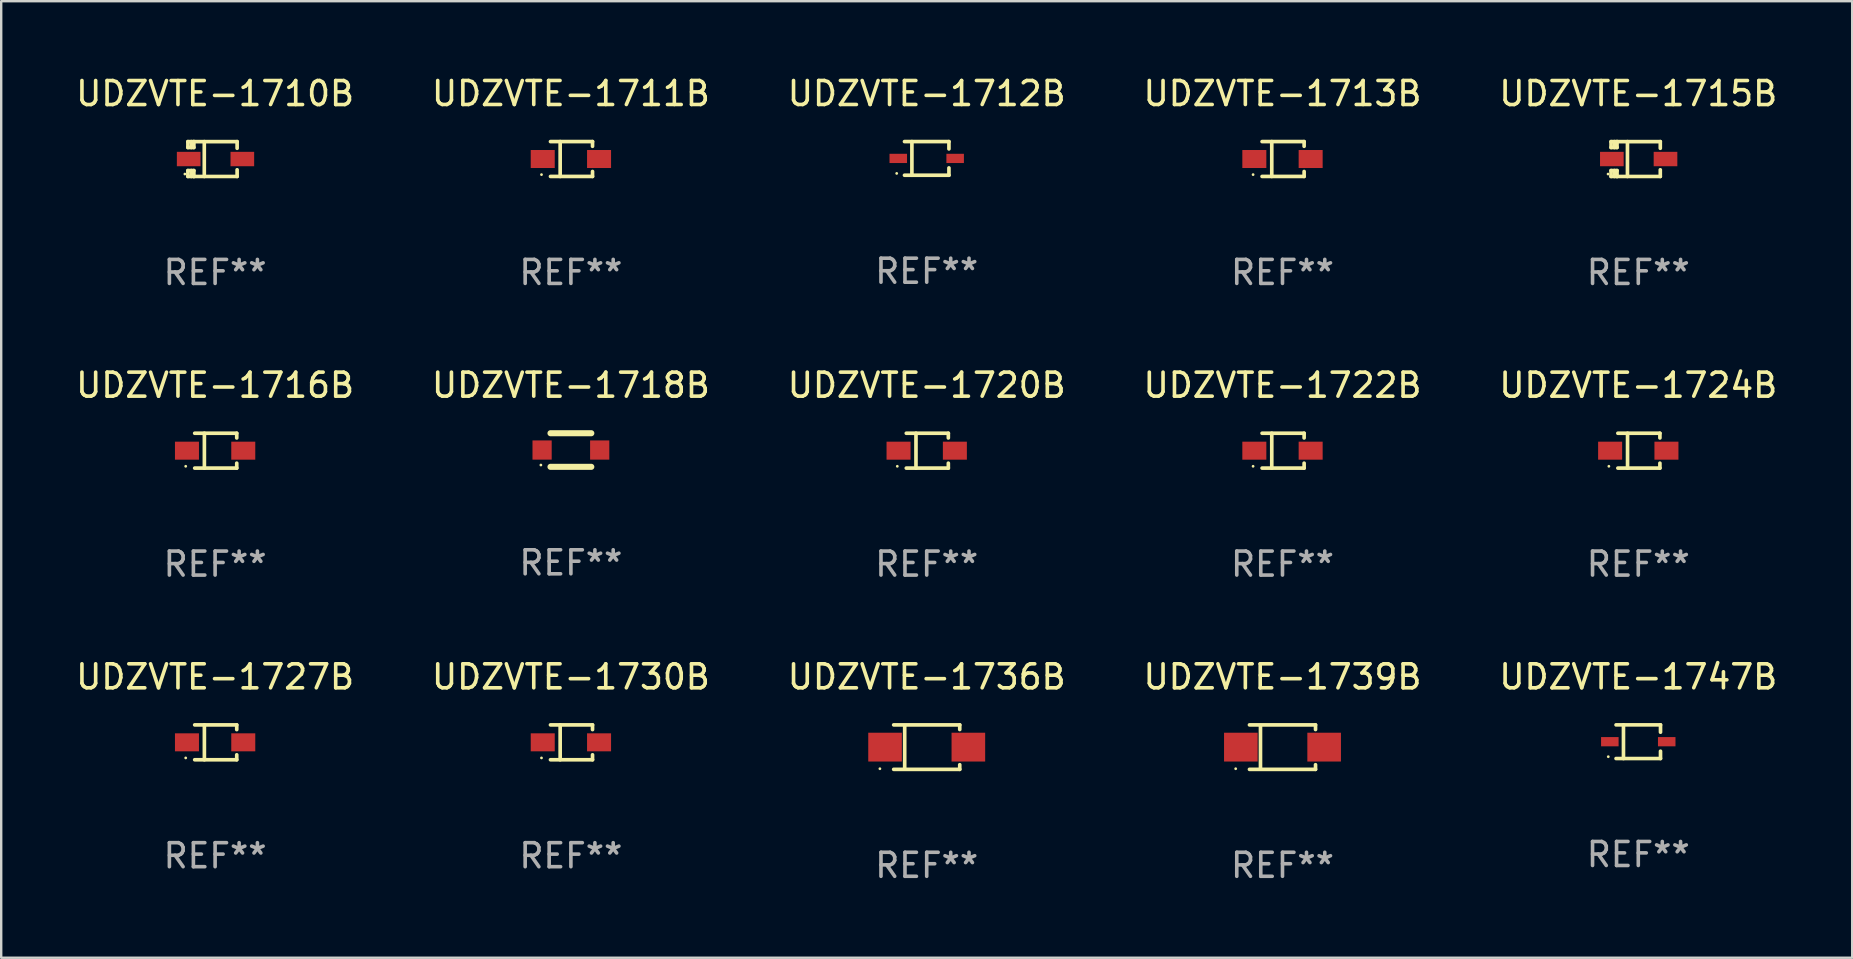
<source format=kicad_pcb>
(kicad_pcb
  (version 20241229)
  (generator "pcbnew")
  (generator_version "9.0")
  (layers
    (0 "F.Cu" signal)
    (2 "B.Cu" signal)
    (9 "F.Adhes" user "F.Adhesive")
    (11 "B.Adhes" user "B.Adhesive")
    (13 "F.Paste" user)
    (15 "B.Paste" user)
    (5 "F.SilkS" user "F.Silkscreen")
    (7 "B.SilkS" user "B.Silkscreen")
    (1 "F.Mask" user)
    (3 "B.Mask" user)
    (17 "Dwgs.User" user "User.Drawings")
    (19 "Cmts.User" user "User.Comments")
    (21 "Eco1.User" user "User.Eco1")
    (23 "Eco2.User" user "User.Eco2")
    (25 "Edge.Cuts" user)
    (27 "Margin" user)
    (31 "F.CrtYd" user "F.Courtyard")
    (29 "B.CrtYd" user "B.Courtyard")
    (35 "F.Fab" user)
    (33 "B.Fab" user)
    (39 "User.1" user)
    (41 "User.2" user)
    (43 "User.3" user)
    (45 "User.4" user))
  (footprint "UDZVTE-1715B"
    (layer "F.Cu")
    (at 65.196 3.575)
    (property "Reference" "UDZVTE-1715B" (at 0 -2.726 0) (layer "F.SilkS") (effects (font (size 1 1) (thickness 0.15))))
    (attr through_hole)
    (fp_line (start -1.134 0.48) (end -1.134 0.726) (stroke (width 0.152) (type solid)) (layer "F.SilkS"))
    (fp_line (start -1.134 0.726) (end -0.885 0.726) (stroke (width 0.152) (type solid)) (layer "F.SilkS"))
    (fp_line (start -1.134 -0.726) (end -1.134 -0.48) (stroke (width 0.152) (type solid)) (layer "F.SilkS"))
    (fp_line (start -0.992 -0.726) (end -0.992 -0.48) (stroke (width 0.152) (type solid)) (layer "F.SilkS"))
    (fp_line (start -0.992 0.48) (end -0.992 0.726) (stroke (width 0.152) (type solid)) (layer "F.SilkS"))
    (fp_line (start -0.885 -0.726) (end -1.134 -0.726) (stroke (width 0.152) (type solid)) (layer "F.SilkS"))
    (fp_line (start -0.885 -0.48) (end -1.134 -0.48) (stroke (width 0.152) (type solid)) (layer "F.SilkS"))
    (fp_line (start -0.885 -0.48) (end -0.885 -0.726) (stroke (width 0.152) (type solid)) (layer "F.SilkS"))
    (fp_line (start -0.885 0.48) (end -1.134 0.48) (stroke (width 0.152) (type solid)) (layer "F.SilkS"))
    (fp_line (start -0.885 0.48) (end -0.885 0.726) (stroke (width 0.152) (type solid)) (layer "F.SilkS"))
    (fp_line (start -0.451 0.726) (end -0.451 -0.726) (stroke (width 0.152) (type solid)) (layer "F.SilkS"))
    (fp_line (start 0.917 -0.726) (end -0.885 -0.726) (stroke (width 0.152) (type solid)) (layer "F.SilkS"))
    (fp_line (start 0.917 -0.726) (end 0.917 -0.448) (stroke (width 0.152) (type solid)) (layer "F.SilkS"))
    (fp_line (start 0.917 0.726) (end -0.885 0.726) (stroke (width 0.152) (type solid)) (layer "F.SilkS"))
    (fp_line (start 0.917 0.726) (end 0.917 0.448) (stroke (width 0.152) (type solid)) (layer "F.SilkS"))
    (fp_circle (center -1.259 0.625) (end -1.229 0.625) (stroke (width 0.06) (type solid)) (fill no) (layer "F.SilkS"))
    (fp_text user "REF**" (at 0 4.726 0) (layer "F.Fab") (effects (font (size 1 1) (thickness 0.15))))
    (pad "1" smd rect (at -1.101 -0.000114) (size 0.985 0.6) (layers "F.Cu" "F.Mask" "F.Paste"))
    (pad "2" smd rect (at 1.134 -0.000114) (size 0.985 0.6) (layers "F.Cu" "F.Mask" "F.Paste")))
  (footprint "UDZVTE-1716B"
    (layer "F.Cu")
    (at 5.911 15.724)
    (property "Reference" "UDZVTE-1716B" (at 0 -2.726 0) (layer "F.SilkS") (effects (font (size 1 1) (thickness 0.15))))
    (attr through_hole)
    (fp_line (start -0.851 -0.726) (end 0.901 -0.726) (stroke (width 0.152) (type solid)) (layer "F.SilkS"))
    (fp_line (start -0.851 0.726) (end 0.901 0.726) (stroke (width 0.152) (type solid)) (layer "F.SilkS"))
    (fp_line (start -0.447 -0.726) (end -0.447 0.726) (stroke (width 0.152) (type solid)) (layer "F.SilkS"))
    (fp_line (start 0.901 -0.726) (end 0.901 -0.53) (stroke (width 0.152) (type solid)) (layer "F.SilkS"))
    (fp_line (start 0.901 0.726) (end 0.901 0.52) (stroke (width 0.152) (type solid)) (layer "F.SilkS"))
    (fp_circle (center -1.225 0.65) (end -1.195 0.65) (stroke (width 0.06) (type solid)) (fill no) (layer "F.SilkS"))
    (fp_text user "REF**" (at 0 4.726 0) (layer "F.Fab") (effects (font (size 1 1) (thickness 0.15))))
    (pad "1" smd rect (at -1.173 0) (size 1 0.75) (layers "F.Cu" "F.Mask" "F.Paste"))
    (pad "2" smd rect (at 1.173 0) (size 1 0.75) (layers "F.Cu" "F.Mask" "F.Paste")))
  (footprint "UDZVTE-1718B"
    (layer "F.Cu")
    (at 20.732 15.697)
    (property "Reference" "UDZVTE-1718B" (at 0 -2.7 0) (layer "F.SilkS") (effects (font (size 1 1) (thickness 0.15))))
    (attr through_hole)
    (fp_line (start -0.85 -0.7) (end 0.85 -0.7) (stroke (width 0.254) (type solid)) (layer "F.SilkS"))
    (fp_line (start -0.85 0.7) (end 0.85 0.7) (stroke (width 0.254) (type solid)) (layer "F.SilkS"))
    (fp_circle (center -1.25 0.625) (end -1.22 0.625) (stroke (width 0.06) (type solid)) (fill no) (layer "F.SilkS"))
    (fp_text user "REF**" (at 0 4.7 0) (layer "F.Fab") (effects (font (size 1 1) (thickness 0.15))))
    (pad "1" smd rect (at -1.2 0) (size 0.8 0.8) (layers "F.Cu" "F.Mask" "F.Paste"))
    (pad "2" smd rect (at 1.2 0) (size 0.8 0.8) (layers "F.Cu" "F.Mask" "F.Paste")))
  (footprint "UDZVTE-1730B"
    (layer "F.Cu")
    (at 20.732 27.873)
    (property "Reference" "UDZVTE-1730B" (at 0 -2.726 0) (layer "F.SilkS") (effects (font (size 1 1) (thickness 0.15))))
    (attr through_hole)
    (fp_line (start -0.851 -0.726) (end 0.901 -0.726) (stroke (width 0.152) (type solid)) (layer "F.SilkS"))
    (fp_line (start -0.851 0.726) (end 0.901 0.726) (stroke (width 0.152) (type solid)) (layer "F.SilkS"))
    (fp_line (start -0.447 -0.726) (end -0.447 0.726) (stroke (width 0.152) (type solid)) (layer "F.SilkS"))
    (fp_line (start 0.901 -0.726) (end 0.901 -0.53) (stroke (width 0.152) (type solid)) (layer "F.SilkS"))
    (fp_line (start 0.901 0.726) (end 0.901 0.52) (stroke (width 0.152) (type solid)) (layer "F.SilkS"))
    (fp_circle (center -1.225 0.65) (end -1.195 0.65) (stroke (width 0.06) (type solid)) (fill no) (layer "F.SilkS"))
    (fp_text user "REF**" (at 0 4.726 0) (layer "F.Fab") (effects (font (size 1 1) (thickness 0.15))))
    (pad "1" smd rect (at -1.173 0) (size 1 0.75) (layers "F.Cu" "F.Mask" "F.Paste"))
    (pad "2" smd rect (at 1.173 0) (size 1 0.75) (layers "F.Cu" "F.Mask" "F.Paste")))
  (footprint "UDZVTE-1720B"
    (layer "F.Cu")
    (at 35.554 15.724)
    (property "Reference" "UDZVTE-1720B" (at 0 -2.726 0) (layer "F.SilkS") (effects (font (size 1 1) (thickness 0.15))))
    (attr through_hole)
    (fp_line (start -0.851 -0.726) (end 0.901 -0.726) (stroke (width 0.152) (type solid)) (layer "F.SilkS"))
    (fp_line (start -0.851 0.726) (end 0.901 0.726) (stroke (width 0.152) (type solid)) (layer "F.SilkS"))
    (fp_line (start -0.447 -0.726) (end -0.447 0.726) (stroke (width 0.152) (type solid)) (layer "F.SilkS"))
    (fp_line (start 0.901 -0.726) (end 0.901 -0.53) (stroke (width 0.152) (type solid)) (layer "F.SilkS"))
    (fp_line (start 0.901 0.726) (end 0.901 0.52) (stroke (width 0.152) (type solid)) (layer "F.SilkS"))
    (fp_circle (center -1.225 0.65) (end -1.195 0.65) (stroke (width 0.06) (type solid)) (fill no) (layer "F.SilkS"))
    (fp_text user "REF**" (at 0 4.726 0) (layer "F.Fab") (effects (font (size 1 1) (thickness 0.15))))
    (pad "1" smd rect (at -1.173 0) (size 1 0.75) (layers "F.Cu" "F.Mask" "F.Paste"))
    (pad "2" smd rect (at 1.173 0) (size 1 0.75) (layers "F.Cu" "F.Mask" "F.Paste")))
  (footprint "UDZVTE-1710B"
    (layer "F.Cu")
    (at 5.911 3.575)
    (property "Reference" "UDZVTE-1710B" (at 0 -2.726 0) (layer "F.SilkS") (effects (font (size 1 1) (thickness 0.15))))
    (attr through_hole)
    (fp_line (start -1.134 0.48) (end -1.134 0.726) (stroke (width 0.152) (type solid)) (layer "F.SilkS"))
    (fp_line (start -1.134 0.726) (end -0.885 0.726) (stroke (width 0.152) (type solid)) (layer "F.SilkS"))
    (fp_line (start -1.134 -0.726) (end -1.134 -0.48) (stroke (width 0.152) (type solid)) (layer "F.SilkS"))
    (fp_line (start -0.992 -0.726) (end -0.992 -0.48) (stroke (width 0.152) (type solid)) (layer "F.SilkS"))
    (fp_line (start -0.992 0.48) (end -0.992 0.726) (stroke (width 0.152) (type solid)) (layer "F.SilkS"))
    (fp_line (start -0.885 -0.726) (end -1.134 -0.726) (stroke (width 0.152) (type solid)) (layer "F.SilkS"))
    (fp_line (start -0.885 -0.48) (end -1.134 -0.48) (stroke (width 0.152) (type solid)) (layer "F.SilkS"))
    (fp_line (start -0.885 -0.48) (end -0.885 -0.726) (stroke (width 0.152) (type solid)) (layer "F.SilkS"))
    (fp_line (start -0.885 0.48) (end -1.134 0.48) (stroke (width 0.152) (type solid)) (layer "F.SilkS"))
    (fp_line (start -0.885 0.48) (end -0.885 0.726) (stroke (width 0.152) (type solid)) (layer "F.SilkS"))
    (fp_line (start -0.451 0.726) (end -0.451 -0.726) (stroke (width 0.152) (type solid)) (layer "F.SilkS"))
    (fp_line (start 0.917 -0.726) (end -0.885 -0.726) (stroke (width 0.152) (type solid)) (layer "F.SilkS"))
    (fp_line (start 0.917 -0.726) (end 0.917 -0.448) (stroke (width 0.152) (type solid)) (layer "F.SilkS"))
    (fp_line (start 0.917 0.726) (end -0.885 0.726) (stroke (width 0.152) (type solid)) (layer "F.SilkS"))
    (fp_line (start 0.917 0.726) (end 0.917 0.448) (stroke (width 0.152) (type solid)) (layer "F.SilkS"))
    (fp_circle (center -1.259 0.625) (end -1.229 0.625) (stroke (width 0.06) (type solid)) (fill no) (layer "F.SilkS"))
    (fp_text user "REF**" (at 0 4.726 0) (layer "F.Fab") (effects (font (size 1 1) (thickness 0.15))))
    (pad "1" smd rect (at -1.101 -0.000114) (size 0.985 0.6) (layers "F.Cu" "F.Mask" "F.Paste"))
    (pad "2" smd rect (at 1.134 -0.000114) (size 0.985 0.6) (layers "F.Cu" "F.Mask" "F.Paste")))
  (footprint "UDZVTE-1736B"
    (layer "F.Cu")
    (at 35.554 28.073)
    (property "Reference" "UDZVTE-1736B" (at 0 -2.926 0) (layer "F.SilkS") (effects (font (size 1 1) (thickness 0.15))))
    (attr through_hole)
    (fp_line (start -1.376 -0.926) (end 1.376 -0.926) (stroke (width 0.152) (type solid)) (layer "F.SilkS"))
    (fp_line (start -1.376 0.926) (end 1.376 0.926) (stroke (width 0.152) (type solid)) (layer "F.SilkS"))
    (fp_line (start -0.917 -0.876) (end -0.917 0.876) (stroke (width 0.152) (type solid)) (layer "F.SilkS"))
    (fp_line (start 1.376 -0.926) (end 1.376 -0.733) (stroke (width 0.152) (type solid)) (layer "F.SilkS"))
    (fp_line (start 1.376 0.926) (end 1.376 0.733) (stroke (width 0.152) (type solid)) (layer "F.SilkS"))
    (fp_circle (center -1.95 0.9) (end -1.92 0.9) (stroke (width 0.06) (type solid)) (fill no) (layer "F.SilkS"))
    (fp_text user "REF**" (at 0 4.926 0) (layer "F.Fab") (effects (font (size 1 1) (thickness 0.15))))
    (pad "1" smd rect (at -1.735 0) (size 1.4 1.2) (layers "F.Cu" "F.Mask" "F.Paste"))
    (pad "2" smd rect (at 1.735 0) (size 1.4 1.2) (layers "F.Cu" "F.Mask" "F.Paste")))
  (footprint "UDZVTE-1747B"
    (layer "F.Cu")
    (at 65.196 27.847)
    (property "Reference" "UDZVTE-1747B" (at 0 -2.701 0) (layer "F.SilkS") (effects (font (size 1 1) (thickness 0.15))))
    (attr through_hole)
    (fp_line (start -0.926 -0.701) (end 0.926 -0.701) (stroke (width 0.152) (type solid)) (layer "F.SilkS"))
    (fp_line (start -0.926 0.701) (end 0.926 0.701) (stroke (width 0.152) (type solid)) (layer "F.SilkS"))
    (fp_line (start -0.617 -0.701) (end -0.617 0.701) (stroke (width 0.152) (type solid)) (layer "F.SilkS"))
    (fp_line (start 0.926 -0.701) (end 0.926 -0.396) (stroke (width 0.152) (type solid)) (layer "F.SilkS"))
    (fp_line (start 0.926 0.701) (end 0.926 0.396) (stroke (width 0.152) (type solid)) (layer "F.SilkS"))
    (fp_circle (center -1.25 0.625) (end -1.22 0.625) (stroke (width 0.06) (type solid)) (fill no) (layer "F.SilkS"))
    (fp_text user "REF**" (at 0 4.701 0) (layer "F.Fab") (effects (font (size 1 1) (thickness 0.15))))
    (pad "1" smd rect (at -1.185 0 180) (size 0.73 0.385) (layers "F.Cu" "F.Mask" "F.Paste"))
    (pad "2" smd rect (at 1.185 0 180) (size 0.73 0.385) (layers "F.Cu" "F.Mask" "F.Paste")))
  (footprint "UDZVTE-1722B"
    (layer "F.Cu")
    (at 50.375 15.724)
    (property "Reference" "UDZVTE-1722B" (at 0 -2.726 0) (layer "F.SilkS") (effects (font (size 1 1) (thickness 0.15))))
    (attr through_hole)
    (fp_line (start -0.851 -0.726) (end 0.901 -0.726) (stroke (width 0.152) (type solid)) (layer "F.SilkS"))
    (fp_line (start -0.851 0.726) (end 0.901 0.726) (stroke (width 0.152) (type solid)) (layer "F.SilkS"))
    (fp_line (start -0.447 -0.726) (end -0.447 0.726) (stroke (width 0.152) (type solid)) (layer "F.SilkS"))
    (fp_line (start 0.901 -0.726) (end 0.901 -0.53) (stroke (width 0.152) (type solid)) (layer "F.SilkS"))
    (fp_line (start 0.901 0.726) (end 0.901 0.52) (stroke (width 0.152) (type solid)) (layer "F.SilkS"))
    (fp_circle (center -1.225 0.65) (end -1.195 0.65) (stroke (width 0.06) (type solid)) (fill no) (layer "F.SilkS"))
    (fp_text user "REF**" (at 0 4.726 0) (layer "F.Fab") (effects (font (size 1 1) (thickness 0.15))))
    (pad "1" smd rect (at -1.173 0) (size 1 0.75) (layers "F.Cu" "F.Mask" "F.Paste"))
    (pad "2" smd rect (at 1.173 0) (size 1 0.75) (layers "F.Cu" "F.Mask" "F.Paste")))
  (footprint "UDZVTE-1739B"
    (layer "F.Cu")
    (at 50.375 28.073)
    (property "Reference" "UDZVTE-1739B" (at 0 -2.926 0) (layer "F.SilkS") (effects (font (size 1 1) (thickness 0.15))))
    (attr through_hole)
    (fp_line (start -1.376 -0.926) (end 1.376 -0.926) (stroke (width 0.152) (type solid)) (layer "F.SilkS"))
    (fp_line (start -1.376 0.926) (end 1.376 0.926) (stroke (width 0.152) (type solid)) (layer "F.SilkS"))
    (fp_line (start -0.917 -0.876) (end -0.917 0.876) (stroke (width 0.152) (type solid)) (layer "F.SilkS"))
    (fp_line (start 1.376 -0.926) (end 1.376 -0.733) (stroke (width 0.152) (type solid)) (layer "F.SilkS"))
    (fp_line (start 1.376 0.926) (end 1.376 0.733) (stroke (width 0.152) (type solid)) (layer "F.SilkS"))
    (fp_circle (center -1.95 0.9) (end -1.92 0.9) (stroke (width 0.06) (type solid)) (fill no) (layer "F.SilkS"))
    (fp_text user "REF**" (at 0 4.926 0) (layer "F.Fab") (effects (font (size 1 1) (thickness 0.15))))
    (pad "1" smd rect (at -1.735 0) (size 1.4 1.2) (layers "F.Cu" "F.Mask" "F.Paste"))
    (pad "2" smd rect (at 1.735 0) (size 1.4 1.2) (layers "F.Cu" "F.Mask" "F.Paste")))
  (footprint "UDZVTE-1713B"
    (layer "F.Cu")
    (at 50.375 3.574)
    (property "Reference" "UDZVTE-1713B" (at 0 -2.726 0) (layer "F.SilkS") (effects (font (size 1 1) (thickness 0.15))))
    (attr through_hole)
    (fp_line (start -0.851 -0.726) (end 0.901 -0.726) (stroke (width 0.152) (type solid)) (layer "F.SilkS"))
    (fp_line (start -0.851 0.726) (end 0.901 0.726) (stroke (width 0.152) (type solid)) (layer "F.SilkS"))
    (fp_line (start -0.447 -0.726) (end -0.447 0.726) (stroke (width 0.152) (type solid)) (layer "F.SilkS"))
    (fp_line (start 0.901 -0.726) (end 0.901 -0.53) (stroke (width 0.152) (type solid)) (layer "F.SilkS"))
    (fp_line (start 0.901 0.726) (end 0.901 0.52) (stroke (width 0.152) (type solid)) (layer "F.SilkS"))
    (fp_circle (center -1.225 0.65) (end -1.195 0.65) (stroke (width 0.06) (type solid)) (fill no) (layer "F.SilkS"))
    (fp_text user "REF**" (at 0 4.726 0) (layer "F.Fab") (effects (font (size 1 1) (thickness 0.15))))
    (pad "1" smd rect (at -1.173 0) (size 1 0.75) (layers "F.Cu" "F.Mask" "F.Paste"))
    (pad "2" smd rect (at 1.173 0) (size 1 0.75) (layers "F.Cu" "F.Mask" "F.Paste")))
  (footprint "UDZVTE-1711B"
    (layer "F.Cu")
    (at 20.732 3.574)
    (property "Reference" "UDZVTE-1711B" (at 0 -2.726 0) (layer "F.SilkS") (effects (font (size 1 1) (thickness 0.15))))
    (attr through_hole)
    (fp_line (start -0.851 -0.726) (end 0.901 -0.726) (stroke (width 0.152) (type solid)) (layer "F.SilkS"))
    (fp_line (start -0.851 0.726) (end 0.901 0.726) (stroke (width 0.152) (type solid)) (layer "F.SilkS"))
    (fp_line (start -0.447 -0.726) (end -0.447 0.726) (stroke (width 0.152) (type solid)) (layer "F.SilkS"))
    (fp_line (start 0.901 -0.726) (end 0.901 -0.53) (stroke (width 0.152) (type solid)) (layer "F.SilkS"))
    (fp_line (start 0.901 0.726) (end 0.901 0.52) (stroke (width 0.152) (type solid)) (layer "F.SilkS"))
    (fp_circle (center -1.225 0.65) (end -1.195 0.65) (stroke (width 0.06) (type solid)) (fill no) (layer "F.SilkS"))
    (fp_text user "REF**" (at 0 4.726 0) (layer "F.Fab") (effects (font (size 1 1) (thickness 0.15))))
    (pad "1" smd rect (at -1.173 0) (size 1 0.75) (layers "F.Cu" "F.Mask" "F.Paste"))
    (pad "2" smd rect (at 1.173 0) (size 1 0.75) (layers "F.Cu" "F.Mask" "F.Paste")))
  (footprint "UDZVTE-1724B"
    (layer "F.Cu")
    (at 65.196 15.724)
    (property "Reference" "UDZVTE-1724B" (at 0 -2.726 0) (layer "F.SilkS") (effects (font (size 1 1) (thickness 0.15))))
    (attr through_hole)
    (fp_line (start -0.851 -0.726) (end 0.901 -0.726) (stroke (width 0.152) (type solid)) (layer "F.SilkS"))
    (fp_line (start -0.851 0.726) (end 0.901 0.726) (stroke (width 0.152) (type solid)) (layer "F.SilkS"))
    (fp_line (start -0.447 -0.726) (end -0.447 0.726) (stroke (width 0.152) (type solid)) (layer "F.SilkS"))
    (fp_line (start 0.901 -0.726) (end 0.901 -0.53) (stroke (width 0.152) (type solid)) (layer "F.SilkS"))
    (fp_line (start 0.901 0.726) (end 0.901 0.52) (stroke (width 0.152) (type solid)) (layer "F.SilkS"))
    (fp_circle (center -1.225 0.65) (end -1.195 0.65) (stroke (width 0.06) (type solid)) (fill no) (layer "F.SilkS"))
    (fp_text user "REF**" (at 0 4.726 0) (layer "F.Fab") (effects (font (size 1 1) (thickness 0.15))))
    (pad "1" smd rect (at -1.173 0) (size 1 0.75) (layers "F.Cu" "F.Mask" "F.Paste"))
    (pad "2" smd rect (at 1.173 0) (size 1 0.75) (layers "F.Cu" "F.Mask" "F.Paste")))
  (footprint "UDZVTE-1727B"
    (layer "F.Cu")
    (at 5.911 27.873)
    (property "Reference" "UDZVTE-1727B" (at 0 -2.726 0) (layer "F.SilkS") (effects (font (size 1 1) (thickness 0.15))))
    (attr through_hole)
    (fp_line (start -0.851 -0.726) (end 0.901 -0.726) (stroke (width 0.152) (type solid)) (layer "F.SilkS"))
    (fp_line (start -0.851 0.726) (end 0.901 0.726) (stroke (width 0.152) (type solid)) (layer "F.SilkS"))
    (fp_line (start -0.447 -0.726) (end -0.447 0.726) (stroke (width 0.152) (type solid)) (layer "F.SilkS"))
    (fp_line (start 0.901 -0.726) (end 0.901 -0.53) (stroke (width 0.152) (type solid)) (layer "F.SilkS"))
    (fp_line (start 0.901 0.726) (end 0.901 0.52) (stroke (width 0.152) (type solid)) (layer "F.SilkS"))
    (fp_circle (center -1.225 0.65) (end -1.195 0.65) (stroke (width 0.06) (type solid)) (fill no) (layer "F.SilkS"))
    (fp_text user "REF**" (at 0 4.726 0) (layer "F.Fab") (effects (font (size 1 1) (thickness 0.15))))
    (pad "1" smd rect (at -1.173 0) (size 1 0.75) (layers "F.Cu" "F.Mask" "F.Paste"))
    (pad "2" smd rect (at 1.173 0) (size 1 0.75) (layers "F.Cu" "F.Mask" "F.Paste")))
  (footprint "UDZVTE-1712B"
    (layer "F.Cu")
    (at 35.554 3.549)
    (property "Reference" "UDZVTE-1712B" (at 0 -2.701 0) (layer "F.SilkS") (effects (font (size 1 1) (thickness 0.15))))
    (attr through_hole)
    (fp_line (start -0.926 -0.701) (end 0.926 -0.701) (stroke (width 0.152) (type solid)) (layer "F.SilkS"))
    (fp_line (start -0.926 0.701) (end 0.926 0.701) (stroke (width 0.152) (type solid)) (layer "F.SilkS"))
    (fp_line (start -0.617 -0.701) (end -0.617 0.701) (stroke (width 0.152) (type solid)) (layer "F.SilkS"))
    (fp_line (start 0.926 -0.701) (end 0.926 -0.396) (stroke (width 0.152) (type solid)) (layer "F.SilkS"))
    (fp_line (start 0.926 0.701) (end 0.926 0.396) (stroke (width 0.152) (type solid)) (layer "F.SilkS"))
    (fp_circle (center -1.25 0.625) (end -1.22 0.625) (stroke (width 0.06) (type solid)) (fill no) (layer "F.SilkS"))
    (fp_text user "REF**" (at 0 4.701 0) (layer "F.Fab") (effects (font (size 1 1) (thickness 0.15))))
    (pad "1" smd rect (at -1.185 0 180) (size 0.73 0.385) (layers "F.Cu" "F.Mask" "F.Paste"))
    (pad "2" smd rect (at 1.185 0 180) (size 0.73 0.385) (layers "F.Cu" "F.Mask" "F.Paste")))
  (gr_rect
    (start -3 -3)
    (end 74.107 36.847)
    (stroke (width 0.1) (type default))
    (fill no)
    (layer "Edge.Cuts")))
</source>
